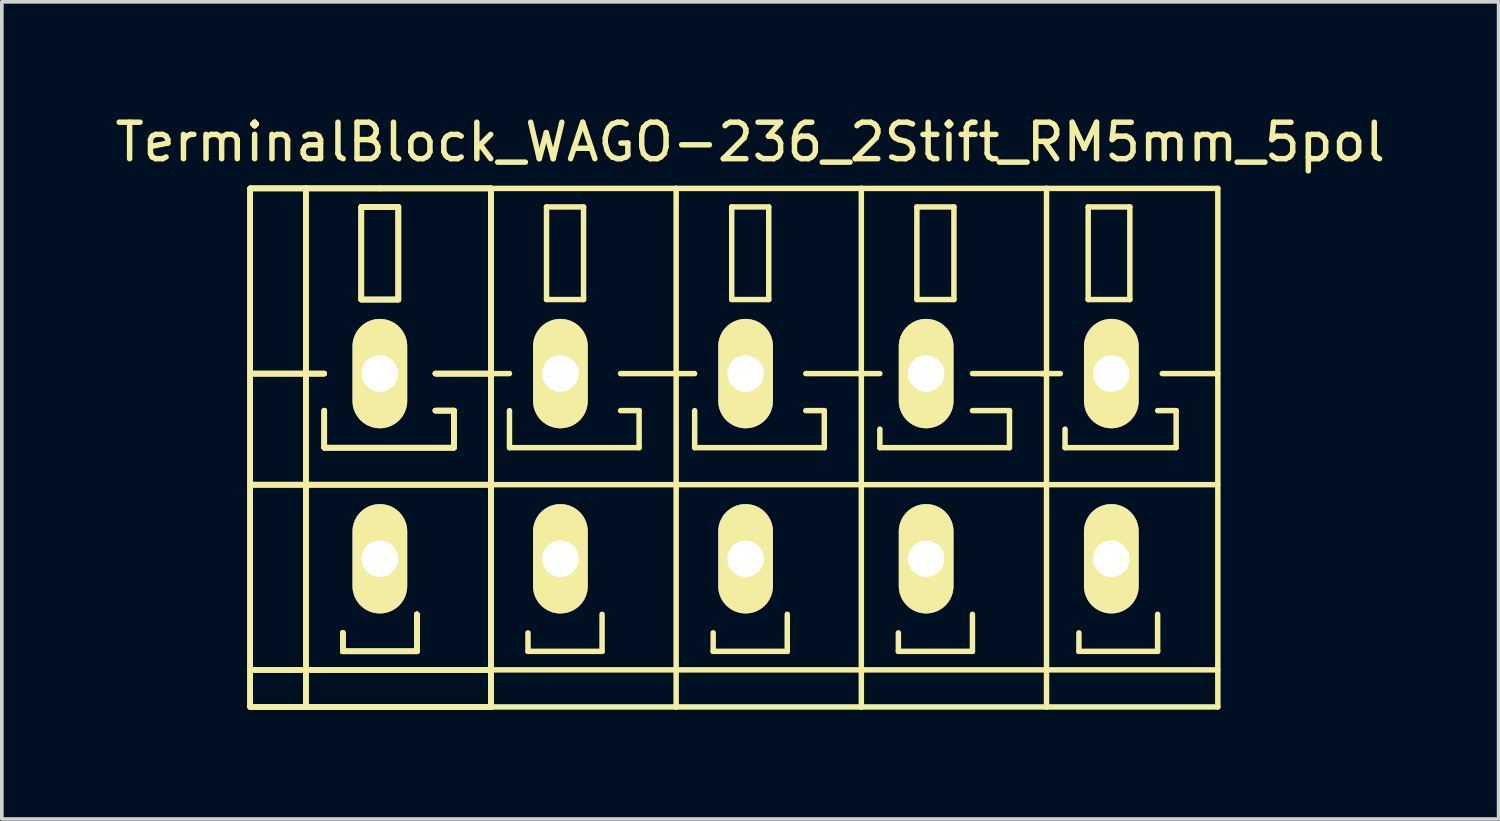
<source format=kicad_pcb>
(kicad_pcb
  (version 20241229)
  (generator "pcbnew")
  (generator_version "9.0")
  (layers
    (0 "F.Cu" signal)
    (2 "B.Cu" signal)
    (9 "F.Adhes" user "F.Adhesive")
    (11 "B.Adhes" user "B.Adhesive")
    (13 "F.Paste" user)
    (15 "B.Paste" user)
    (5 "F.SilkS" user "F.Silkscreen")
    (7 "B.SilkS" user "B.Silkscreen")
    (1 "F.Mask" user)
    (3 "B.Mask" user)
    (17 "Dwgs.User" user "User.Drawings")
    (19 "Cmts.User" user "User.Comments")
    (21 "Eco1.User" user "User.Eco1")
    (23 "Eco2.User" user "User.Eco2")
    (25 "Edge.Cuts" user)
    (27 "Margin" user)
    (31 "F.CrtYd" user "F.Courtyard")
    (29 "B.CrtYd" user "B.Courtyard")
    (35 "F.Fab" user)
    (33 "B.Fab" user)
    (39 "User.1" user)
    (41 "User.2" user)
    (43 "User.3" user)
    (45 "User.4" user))
  (footprint "TerminalBlock_WAGO-236_2Stift_RM5mm_5pol"
    (layer "F.Cu")
    (at 17.53 9.738)
    (property "Reference" "TerminalBlock_WAGO-236_2Stift_RM5mm_5pol" (at 0 -8.89 0) (layer "F.SilkS") (effects (font (size 1 1) (thickness 0.15))))
    (attr through_hole)
    (fp_line (start -13.716 -7.62) (end -12.192 -7.62) (stroke (width 0.15) (type solid)) (layer "F.SilkS"))
    (fp_line (start -13.716 -7.62) (end -12.192 -7.62) (stroke (width 0.15) (type solid)) (layer "F.SilkS"))
    (fp_line (start -13.716 -7.62) (end -12.192 -7.62) (stroke (width 0.15) (type solid)) (layer "F.SilkS"))
    (fp_line (start -13.716 -7.62) (end -12.192 -7.62) (stroke (width 0.15) (type solid)) (layer "F.SilkS"))
    (fp_line (start -13.716 -2.54) (end -11.684 -2.54) (stroke (width 0.15) (type solid)) (layer "F.SilkS"))
    (fp_line (start -13.716 -2.54) (end -11.684 -2.54) (stroke (width 0.15) (type solid)) (layer "F.SilkS"))
    (fp_line (start -13.716 -2.54) (end -11.684 -2.54) (stroke (width 0.15) (type solid)) (layer "F.SilkS"))
    (fp_line (start -13.716 -2.54) (end -11.684 -2.54) (stroke (width 0.15) (type solid)) (layer "F.SilkS"))
    (fp_line (start -13.716 0.508) (end -7.112 0.508) (stroke (width 0.15) (type solid)) (layer "F.SilkS"))
    (fp_line (start -13.716 0.508) (end -7.112 0.508) (stroke (width 0.15) (type solid)) (layer "F.SilkS"))
    (fp_line (start -13.716 0.508) (end -7.112 0.508) (stroke (width 0.15) (type solid)) (layer "F.SilkS"))
    (fp_line (start -13.716 0.508) (end -7.112 0.508) (stroke (width 0.15) (type solid)) (layer "F.SilkS"))
    (fp_line (start -13.716 5.588) (end -7.112 5.588) (stroke (width 0.15) (type solid)) (layer "F.SilkS"))
    (fp_line (start -13.716 5.588) (end -7.112 5.588) (stroke (width 0.15) (type solid)) (layer "F.SilkS"))
    (fp_line (start -13.716 5.588) (end -7.112 5.588) (stroke (width 0.15) (type solid)) (layer "F.SilkS"))
    (fp_line (start -13.716 5.588) (end -7.112 5.588) (stroke (width 0.15) (type solid)) (layer "F.SilkS"))
    (fp_line (start -13.716 6.604) (end -13.716 -7.62) (stroke (width 0.15) (type solid)) (layer "F.SilkS"))
    (fp_line (start -13.716 6.604) (end -13.716 -7.62) (stroke (width 0.15) (type solid)) (layer "F.SilkS"))
    (fp_line (start -13.716 6.604) (end -13.716 -7.62) (stroke (width 0.15) (type solid)) (layer "F.SilkS"))
    (fp_line (start -13.716 6.604) (end -13.716 -7.62) (stroke (width 0.15) (type solid)) (layer "F.SilkS"))
    (fp_line (start -12.192 -7.62) (end -10.16 -7.62) (stroke (width 0.15) (type solid)) (layer "F.SilkS"))
    (fp_line (start -12.192 -7.62) (end -10.16 -7.62) (stroke (width 0.15) (type solid)) (layer "F.SilkS"))
    (fp_line (start -12.192 -7.62) (end -10.16 -7.62) (stroke (width 0.15) (type solid)) (layer "F.SilkS"))
    (fp_line (start -12.192 -7.62) (end -10.16 -7.62) (stroke (width 0.15) (type solid)) (layer "F.SilkS"))
    (fp_line (start -12.192 6.604) (end -13.716 6.604) (stroke (width 0.15) (type solid)) (layer "F.SilkS"))
    (fp_line (start -12.192 6.604) (end -13.716 6.604) (stroke (width 0.15) (type solid)) (layer "F.SilkS"))
    (fp_line (start -12.192 6.604) (end -13.716 6.604) (stroke (width 0.15) (type solid)) (layer "F.SilkS"))
    (fp_line (start -12.192 6.604) (end -13.716 6.604) (stroke (width 0.15) (type solid)) (layer "F.SilkS"))
    (fp_line (start -12.192 6.604) (end -12.192 -7.62) (stroke (width 0.15) (type solid)) (layer "F.SilkS"))
    (fp_line (start -12.192 6.604) (end -12.192 -7.62) (stroke (width 0.15) (type solid)) (layer "F.SilkS"))
    (fp_line (start -12.192 6.604) (end -12.192 -7.62) (stroke (width 0.15) (type solid)) (layer "F.SilkS"))
    (fp_line (start -12.192 6.604) (end -12.192 -7.62) (stroke (width 0.15) (type solid)) (layer "F.SilkS"))
    (fp_line (start -11.684 -1.524) (end -11.684 -0.508) (stroke (width 0.15) (type solid)) (layer "F.SilkS"))
    (fp_line (start -11.684 -1.524) (end -11.684 -0.508) (stroke (width 0.15) (type solid)) (layer "F.SilkS"))
    (fp_line (start -11.684 -1.524) (end -11.684 -0.508) (stroke (width 0.15) (type solid)) (layer "F.SilkS"))
    (fp_line (start -11.684 -1.524) (end -11.684 -0.508) (stroke (width 0.15) (type solid)) (layer "F.SilkS"))
    (fp_line (start -11.684 -0.508) (end -8.128 -0.508) (stroke (width 0.15) (type solid)) (layer "F.SilkS"))
    (fp_line (start -11.684 -0.508) (end -8.128 -0.508) (stroke (width 0.15) (type solid)) (layer "F.SilkS"))
    (fp_line (start -11.684 -0.508) (end -8.128 -0.508) (stroke (width 0.15) (type solid)) (layer "F.SilkS"))
    (fp_line (start -11.684 -0.508) (end -8.128 -0.508) (stroke (width 0.15) (type solid)) (layer "F.SilkS"))
    (fp_line (start -11.176 4.572) (end -11.176 5.08) (stroke (width 0.15) (type solid)) (layer "F.SilkS"))
    (fp_line (start -11.176 4.572) (end -11.176 5.08) (stroke (width 0.15) (type solid)) (layer "F.SilkS"))
    (fp_line (start -11.176 4.572) (end -11.176 5.08) (stroke (width 0.15) (type solid)) (layer "F.SilkS"))
    (fp_line (start -11.176 4.572) (end -11.176 5.08) (stroke (width 0.15) (type solid)) (layer "F.SilkS"))
    (fp_line (start -11.176 5.08) (end -9.144 5.08) (stroke (width 0.15) (type solid)) (layer "F.SilkS"))
    (fp_line (start -11.176 5.08) (end -9.144 5.08) (stroke (width 0.15) (type solid)) (layer "F.SilkS"))
    (fp_line (start -11.176 5.08) (end -9.144 5.08) (stroke (width 0.15) (type solid)) (layer "F.SilkS"))
    (fp_line (start -11.176 5.08) (end -9.144 5.08) (stroke (width 0.15) (type solid)) (layer "F.SilkS"))
    (fp_line (start -10.668 -7.112) (end -9.652 -7.112) (stroke (width 0.15) (type solid)) (layer "F.SilkS"))
    (fp_line (start -10.668 -7.112) (end -9.652 -7.112) (stroke (width 0.15) (type solid)) (layer "F.SilkS"))
    (fp_line (start -10.668 -7.112) (end -9.652 -7.112) (stroke (width 0.15) (type solid)) (layer "F.SilkS"))
    (fp_line (start -10.668 -7.112) (end -9.652 -7.112) (stroke (width 0.15) (type solid)) (layer "F.SilkS"))
    (fp_line (start -10.668 -4.572) (end -10.668 -7.112) (stroke (width 0.15) (type solid)) (layer "F.SilkS"))
    (fp_line (start -10.668 -4.572) (end -10.668 -7.112) (stroke (width 0.15) (type solid)) (layer "F.SilkS"))
    (fp_line (start -10.668 -4.572) (end -10.668 -7.112) (stroke (width 0.15) (type solid)) (layer "F.SilkS"))
    (fp_line (start -10.668 -4.572) (end -10.668 -7.112) (stroke (width 0.15) (type solid)) (layer "F.SilkS"))
    (fp_line (start -10.16 -7.62) (end -7.112 -7.62) (stroke (width 0.15) (type solid)) (layer "F.SilkS"))
    (fp_line (start -10.16 -7.62) (end -7.112 -7.62) (stroke (width 0.15) (type solid)) (layer "F.SilkS"))
    (fp_line (start -10.16 -7.62) (end -7.112 -7.62) (stroke (width 0.15) (type solid)) (layer "F.SilkS"))
    (fp_line (start -10.16 -7.62) (end -7.112 -7.62) (stroke (width 0.15) (type solid)) (layer "F.SilkS"))
    (fp_line (start -9.652 -7.112) (end -9.652 -4.572) (stroke (width 0.15) (type solid)) (layer "F.SilkS"))
    (fp_line (start -9.652 -7.112) (end -9.652 -4.572) (stroke (width 0.15) (type solid)) (layer "F.SilkS"))
    (fp_line (start -9.652 -7.112) (end -9.652 -4.572) (stroke (width 0.15) (type solid)) (layer "F.SilkS"))
    (fp_line (start -9.652 -7.112) (end -9.652 -4.572) (stroke (width 0.15) (type solid)) (layer "F.SilkS"))
    (fp_line (start -9.652 -4.572) (end -10.668 -4.572) (stroke (width 0.15) (type solid)) (layer "F.SilkS"))
    (fp_line (start -9.652 -4.572) (end -10.668 -4.572) (stroke (width 0.15) (type solid)) (layer "F.SilkS"))
    (fp_line (start -9.652 -4.572) (end -10.668 -4.572) (stroke (width 0.15) (type solid)) (layer "F.SilkS"))
    (fp_line (start -9.652 -4.572) (end -10.668 -4.572) (stroke (width 0.15) (type solid)) (layer "F.SilkS"))
    (fp_line (start -9.144 5.08) (end -9.144 4.064) (stroke (width 0.15) (type solid)) (layer "F.SilkS"))
    (fp_line (start -9.144 5.08) (end -9.144 4.064) (stroke (width 0.15) (type solid)) (layer "F.SilkS"))
    (fp_line (start -9.144 5.08) (end -9.144 4.064) (stroke (width 0.15) (type solid)) (layer "F.SilkS"))
    (fp_line (start -9.144 5.08) (end -9.144 4.064) (stroke (width 0.15) (type solid)) (layer "F.SilkS"))
    (fp_line (start -8.636 -2.54) (end -7.112 -2.54) (stroke (width 0.15) (type solid)) (layer "F.SilkS"))
    (fp_line (start -8.636 -2.54) (end -7.112 -2.54) (stroke (width 0.15) (type solid)) (layer "F.SilkS"))
    (fp_line (start -8.636 -2.54) (end -7.112 -2.54) (stroke (width 0.15) (type solid)) (layer "F.SilkS"))
    (fp_line (start -8.636 -2.54) (end -7.112 -2.54) (stroke (width 0.15) (type solid)) (layer "F.SilkS"))
    (fp_line (start -8.128 -1.524) (end -8.636 -1.524) (stroke (width 0.15) (type solid)) (layer "F.SilkS"))
    (fp_line (start -8.128 -1.524) (end -8.636 -1.524) (stroke (width 0.15) (type solid)) (layer "F.SilkS"))
    (fp_line (start -8.128 -1.524) (end -8.636 -1.524) (stroke (width 0.15) (type solid)) (layer "F.SilkS"))
    (fp_line (start -8.128 -1.524) (end -8.636 -1.524) (stroke (width 0.15) (type solid)) (layer "F.SilkS"))
    (fp_line (start -8.128 -0.508) (end -8.128 -1.524) (stroke (width 0.15) (type solid)) (layer "F.SilkS"))
    (fp_line (start -8.128 -0.508) (end -8.128 -1.524) (stroke (width 0.15) (type solid)) (layer "F.SilkS"))
    (fp_line (start -8.128 -0.508) (end -8.128 -1.524) (stroke (width 0.15) (type solid)) (layer "F.SilkS"))
    (fp_line (start -8.128 -0.508) (end -8.128 -1.524) (stroke (width 0.15) (type solid)) (layer "F.SilkS"))
    (fp_line (start -7.112 -7.62) (end -7.112 6.604) (stroke (width 0.15) (type solid)) (layer "F.SilkS"))
    (fp_line (start -7.112 -7.62) (end -7.112 6.604) (stroke (width 0.15) (type solid)) (layer "F.SilkS"))
    (fp_line (start -7.112 -7.62) (end -7.112 6.604) (stroke (width 0.15) (type solid)) (layer "F.SilkS"))
    (fp_line (start -7.112 -7.62) (end -7.112 6.604) (stroke (width 0.15) (type solid)) (layer "F.SilkS"))
    (fp_line (start -7.112 -2.54) (end -6.604 -2.54) (stroke (width 0.15) (type solid)) (layer "F.SilkS"))
    (fp_line (start -7.112 0.508) (end -2.032 0.508) (stroke (width 0.15) (type solid)) (layer "F.SilkS"))
    (fp_line (start -7.112 5.588) (end -2.032 5.588) (stroke (width 0.15) (type solid)) (layer "F.SilkS"))
    (fp_line (start -7.112 6.604) (end -12.192 6.604) (stroke (width 0.15) (type solid)) (layer "F.SilkS"))
    (fp_line (start -7.112 6.604) (end -12.192 6.604) (stroke (width 0.15) (type solid)) (layer "F.SilkS"))
    (fp_line (start -7.112 6.604) (end -12.192 6.604) (stroke (width 0.15) (type solid)) (layer "F.SilkS"))
    (fp_line (start -7.112 6.604) (end -12.192 6.604) (stroke (width 0.15) (type solid)) (layer "F.SilkS"))
    (fp_line (start -7.112 6.604) (end -2.032 6.604) (stroke (width 0.15) (type solid)) (layer "F.SilkS"))
    (fp_line (start -6.604 -1.524) (end -6.604 -0.508) (stroke (width 0.15) (type solid)) (layer "F.SilkS"))
    (fp_line (start -6.604 -0.508) (end -3.048 -0.508) (stroke (width 0.15) (type solid)) (layer "F.SilkS"))
    (fp_line (start -6.096 4.572) (end -6.096 5.08) (stroke (width 0.15) (type solid)) (layer "F.SilkS"))
    (fp_line (start -6.096 5.08) (end -4.064 5.08) (stroke (width 0.15) (type solid)) (layer "F.SilkS"))
    (fp_line (start -5.588 -7.112) (end -5.588 -4.572) (stroke (width 0.15) (type solid)) (layer "F.SilkS"))
    (fp_line (start -5.588 -4.572) (end -4.572 -4.572) (stroke (width 0.15) (type solid)) (layer "F.SilkS"))
    (fp_line (start -4.572 -7.112) (end -5.588 -7.112) (stroke (width 0.15) (type solid)) (layer "F.SilkS"))
    (fp_line (start -4.572 -4.572) (end -4.572 -7.112) (stroke (width 0.15) (type solid)) (layer "F.SilkS"))
    (fp_line (start -4.064 5.08) (end -4.064 4.064) (stroke (width 0.15) (type solid)) (layer "F.SilkS"))
    (fp_line (start -3.556 -2.54) (end -2.032 -2.54) (stroke (width 0.15) (type solid)) (layer "F.SilkS"))
    (fp_line (start -3.048 -1.524) (end -3.556 -1.524) (stroke (width 0.15) (type solid)) (layer "F.SilkS"))
    (fp_line (start -3.048 -0.508) (end -3.048 -1.524) (stroke (width 0.15) (type solid)) (layer "F.SilkS"))
    (fp_line (start -2.032 -7.62) (end -7.112 -7.62) (stroke (width 0.15) (type solid)) (layer "F.SilkS"))
    (fp_line (start -2.032 -2.54) (end -1.524 -2.54) (stroke (width 0.15) (type solid)) (layer "F.SilkS"))
    (fp_line (start -2.032 0.508) (end 3.048 0.508) (stroke (width 0.15) (type solid)) (layer "F.SilkS"))
    (fp_line (start -2.032 5.588) (end 3.048 5.588) (stroke (width 0.15) (type solid)) (layer "F.SilkS"))
    (fp_line (start -2.032 6.604) (end -2.032 -7.62) (stroke (width 0.15) (type solid)) (layer "F.SilkS"))
    (fp_line (start -2.032 6.604) (end 3.048 6.604) (stroke (width 0.15) (type solid)) (layer "F.SilkS"))
    (fp_line (start -1.524 -1.524) (end -1.524 -0.508) (stroke (width 0.15) (type solid)) (layer "F.SilkS"))
    (fp_line (start -1.524 -0.508) (end 2.032 -0.508) (stroke (width 0.15) (type solid)) (layer "F.SilkS"))
    (fp_line (start -1.016 4.572) (end -1.016 5.08) (stroke (width 0.15) (type solid)) (layer "F.SilkS"))
    (fp_line (start -1.016 5.08) (end 1.016 5.08) (stroke (width 0.15) (type solid)) (layer "F.SilkS"))
    (fp_line (start -0.508 -7.112) (end -0.508 -4.572) (stroke (width 0.15) (type solid)) (layer "F.SilkS"))
    (fp_line (start -0.508 -4.572) (end 0.508 -4.572) (stroke (width 0.15) (type solid)) (layer "F.SilkS"))
    (fp_line (start 0.508 -7.112) (end -0.508 -7.112) (stroke (width 0.15) (type solid)) (layer "F.SilkS"))
    (fp_line (start 0.508 -4.572) (end 0.508 -7.112) (stroke (width 0.15) (type solid)) (layer "F.SilkS"))
    (fp_line (start 1.016 5.08) (end 1.016 4.064) (stroke (width 0.15) (type solid)) (layer "F.SilkS"))
    (fp_line (start 1.524 -2.54) (end 3.048 -2.54) (stroke (width 0.15) (type solid)) (layer "F.SilkS"))
    (fp_line (start 2.032 -1.524) (end 1.524 -1.524) (stroke (width 0.15) (type solid)) (layer "F.SilkS"))
    (fp_line (start 2.032 -0.508) (end 2.032 -1.524) (stroke (width 0.15) (type solid)) (layer "F.SilkS"))
    (fp_line (start 3.048 -7.62) (end -2.032 -7.62) (stroke (width 0.15) (type solid)) (layer "F.SilkS"))
    (fp_line (start 3.048 -2.54) (end 3.556 -2.54) (stroke (width 0.15) (type solid)) (layer "F.SilkS"))
    (fp_line (start 3.048 0.508) (end 8.128 0.508) (stroke (width 0.15) (type solid)) (layer "F.SilkS"))
    (fp_line (start 3.048 5.588) (end 8.128 5.588) (stroke (width 0.15) (type solid)) (layer "F.SilkS"))
    (fp_line (start 3.048 6.604) (end 3.048 -7.62) (stroke (width 0.15) (type solid)) (layer "F.SilkS"))
    (fp_line (start 3.048 6.604) (end 8.128 6.604) (stroke (width 0.15) (type solid)) (layer "F.SilkS"))
    (fp_line (start 3.556 -1.016) (end 3.556 -0.508) (stroke (width 0.15) (type solid)) (layer "F.SilkS"))
    (fp_line (start 3.556 -0.508) (end 7.112 -0.508) (stroke (width 0.15) (type solid)) (layer "F.SilkS"))
    (fp_line (start 4.064 4.572) (end 4.064 5.08) (stroke (width 0.15) (type solid)) (layer "F.SilkS"))
    (fp_line (start 4.064 5.08) (end 6.096 5.08) (stroke (width 0.15) (type solid)) (layer "F.SilkS"))
    (fp_line (start 4.572 -7.112) (end 4.572 -4.572) (stroke (width 0.15) (type solid)) (layer "F.SilkS"))
    (fp_line (start 4.572 -4.572) (end 5.588 -4.572) (stroke (width 0.15) (type solid)) (layer "F.SilkS"))
    (fp_line (start 5.588 -7.112) (end 4.572 -7.112) (stroke (width 0.15) (type solid)) (layer "F.SilkS"))
    (fp_line (start 5.588 -4.572) (end 5.588 -7.112) (stroke (width 0.15) (type solid)) (layer "F.SilkS"))
    (fp_line (start 6.096 -2.54) (end 8.128 -2.54) (stroke (width 0.15) (type solid)) (layer "F.SilkS"))
    (fp_line (start 6.096 5.08) (end 6.096 4.064) (stroke (width 0.15) (type solid)) (layer "F.SilkS"))
    (fp_line (start 7.112 -1.524) (end 6.096 -1.524) (stroke (width 0.15) (type solid)) (layer "F.SilkS"))
    (fp_line (start 7.112 -0.508) (end 7.112 -1.524) (stroke (width 0.15) (type solid)) (layer "F.SilkS"))
    (fp_line (start 8.001 -2.54) (end 8.509 -2.54) (stroke (width 0.15) (type solid)) (layer "F.SilkS"))
    (fp_line (start 8.128 -7.62) (end 3.048 -7.62) (stroke (width 0.15) (type solid)) (layer "F.SilkS"))
    (fp_line (start 8.128 0.508) (end 12.827 0.508) (stroke (width 0.15) (type solid)) (layer "F.SilkS"))
    (fp_line (start 8.128 5.588) (end 12.827 5.588) (stroke (width 0.15) (type solid)) (layer "F.SilkS"))
    (fp_line (start 8.128 6.604) (end 8.128 -7.62) (stroke (width 0.15) (type solid)) (layer "F.SilkS"))
    (fp_line (start 8.128 6.604) (end 12.827 6.604) (stroke (width 0.15) (type solid)) (layer "F.SilkS"))
    (fp_line (start 8.636 -1.016) (end 8.636 -0.508) (stroke (width 0.15) (type solid)) (layer "F.SilkS"))
    (fp_line (start 8.636 -0.508) (end 11.684 -0.508) (stroke (width 0.15) (type solid)) (layer "F.SilkS"))
    (fp_line (start 9.017 4.572) (end 9.017 5.08) (stroke (width 0.15) (type solid)) (layer "F.SilkS"))
    (fp_line (start 9.017 5.08) (end 11.176 5.08) (stroke (width 0.15) (type solid)) (layer "F.SilkS"))
    (fp_line (start 9.271 -7.112) (end 10.414 -7.112) (stroke (width 0.15) (type solid)) (layer "F.SilkS"))
    (fp_line (start 9.271 -4.572) (end 9.271 -7.112) (stroke (width 0.15) (type solid)) (layer "F.SilkS"))
    (fp_line (start 10.414 -7.112) (end 10.414 -4.572) (stroke (width 0.15) (type solid)) (layer "F.SilkS"))
    (fp_line (start 10.414 -4.572) (end 9.271 -4.572) (stroke (width 0.15) (type solid)) (layer "F.SilkS"))
    (fp_line (start 11.176 5.08) (end 11.176 4.064) (stroke (width 0.15) (type solid)) (layer "F.SilkS"))
    (fp_line (start 11.303 -2.54) (end 12.827 -2.54) (stroke (width 0.15) (type solid)) (layer "F.SilkS"))
    (fp_line (start 11.684 -1.524) (end 11.176 -1.524) (stroke (width 0.15) (type solid)) (layer "F.SilkS"))
    (fp_line (start 11.684 -0.508) (end 11.684 -1.524) (stroke (width 0.15) (type solid)) (layer "F.SilkS"))
    (fp_line (start 12.827 -7.62) (end 8.128 -7.62) (stroke (width 0.15) (type solid)) (layer "F.SilkS"))
    (fp_line (start 12.827 6.604) (end 12.827 -7.62) (stroke (width 0.15) (type solid)) (layer "F.SilkS"))
    (pad "1" thru_hole oval (at -10.16 -2.54 90) (size 3 1.501) (drill 1.001) (layers "*.Cu" "*.Mask" "F.SilkS"))
    (pad "1" thru_hole oval (at -10.16 2.54 90) (size 3 1.501) (drill 1.001) (layers "*.Cu" "*.Mask" "F.SilkS"))
    (pad "2" thru_hole oval (at -5.207 -2.54 90) (size 3 1.501) (drill 1.001) (layers "*.Cu" "*.Mask" "F.SilkS"))
    (pad "2" thru_hole oval (at -5.207 2.54 90) (size 3 1.501) (drill 1.001) (layers "*.Cu" "*.Mask" "F.SilkS"))
    (pad "3" thru_hole oval (at -0.127 -2.54 90) (size 3 1.501) (drill 1.001) (layers "*.Cu" "*.Mask" "F.SilkS"))
    (pad "3" thru_hole oval (at -0.127 2.54 90) (size 3 1.501) (drill 1.001) (layers "*.Cu" "*.Mask" "F.SilkS"))
    (pad "4" thru_hole oval (at 4.826 -2.54 90) (size 3 1.501) (drill 1.001) (layers "*.Cu" "*.Mask" "F.SilkS"))
    (pad "4" thru_hole oval (at 4.826 2.54 90) (size 3 1.501) (drill 1.001) (layers "*.Cu" "*.Mask" "F.SilkS"))
    (pad "5" thru_hole oval (at 9.906 -2.54 90) (size 3 1.501) (drill 1.001) (layers "*.Cu" "*.Mask" "F.SilkS"))
    (pad "5" thru_hole oval (at 9.906 2.54 90) (size 3 1.501) (drill 1.001) (layers "*.Cu" "*.Mask" "F.SilkS")))
  (gr_rect
    (start -3 -3)
    (end 38.06 19.417)
    (stroke (width 0.1) (type default))
    (fill no)
    (layer "Edge.Cuts")))
</source>
